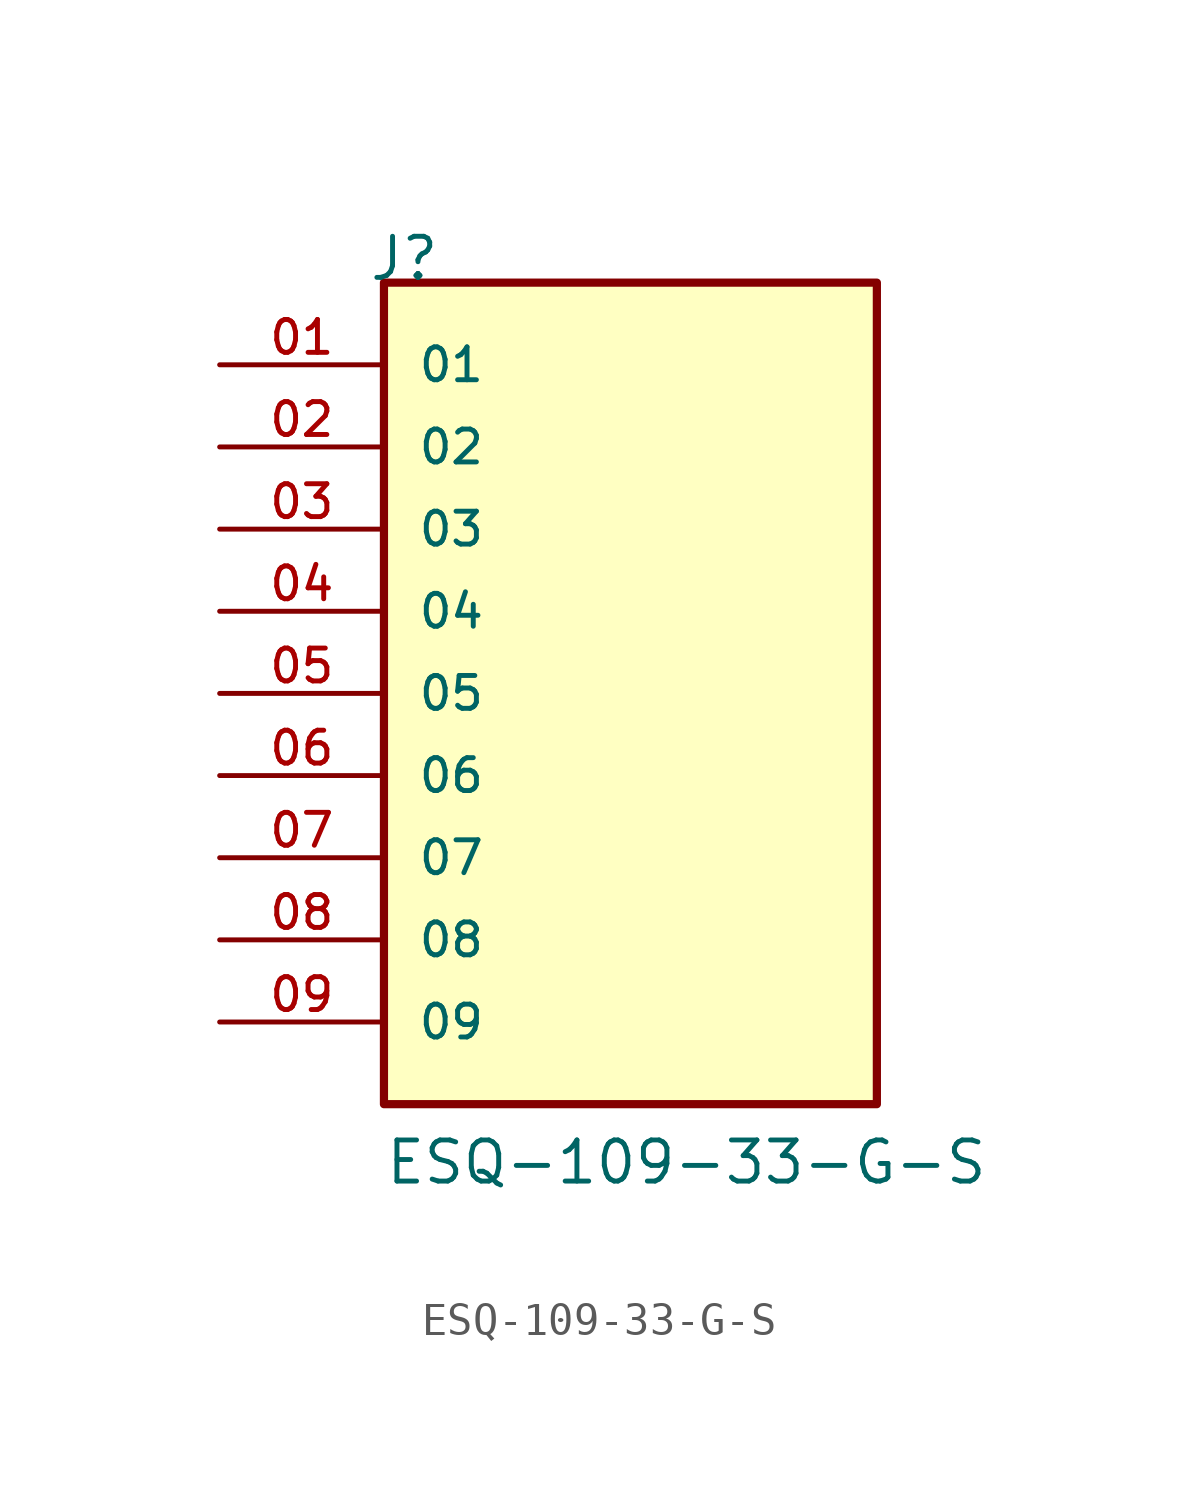
<source format=kicad_sym>
(kicad_symbol_lib
  (version 20211014)
  (generator kicad_symbol_editor)
  (symbol "ESQ-109-33-G-S"
    (pin_names
      (offset 1.016))
    (property "Reference" "J"
      (at -8.12 12.7 0)
      (effects (font (size 1.27 1.27)) (justify bottom left)))
    (property "Value" "ESQ-109-33-G-S"
      (at -7.62 -15.24 0)
      (effects (font (size 1.27 1.27)) (justify bottom left)))
    (symbol "ESQ-109-33-G-S_0_0"
      (rectangle (start -7.62 -12.7) (end 7.62 12.7) (stroke (width 0.254)) (fill (type background)))
      (pin passive line (at -12.7 10.16 0) (length 5.08) (name "01" (effects (font (size 1.016 1.016)))) (number "01" (effects (font (size 1.016 1.016)))))
      (pin passive line (at -12.7 7.62 0) (length 5.08) (name "02" (effects (font (size 1.016 1.016)))) (number "02" (effects (font (size 1.016 1.016)))))
      (pin passive line (at -12.7 5.08 0) (length 5.08) (name "03" (effects (font (size 1.016 1.016)))) (number "03" (effects (font (size 1.016 1.016)))))
      (pin passive line (at -12.7 2.54 0) (length 5.08) (name "04" (effects (font (size 1.016 1.016)))) (number "04" (effects (font (size 1.016 1.016)))))
      (pin passive line (at -12.7 0.0 0) (length 5.08) (name "05" (effects (font (size 1.016 1.016)))) (number "05" (effects (font (size 1.016 1.016)))))
      (pin passive line (at -12.7 -2.54 0) (length 5.08) (name "06" (effects (font (size 1.016 1.016)))) (number "06" (effects (font (size 1.016 1.016)))))
      (pin passive line (at -12.7 -5.08 0) (length 5.08) (name "07" (effects (font (size 1.016 1.016)))) (number "07" (effects (font (size 1.016 1.016)))))
      (pin passive line (at -12.7 -7.62 0) (length 5.08) (name "08" (effects (font (size 1.016 1.016)))) (number "08" (effects (font (size 1.016 1.016)))))
      (pin passive line (at -12.7 -10.16 0) (length 5.08) (name "09" (effects (font (size 1.016 1.016)))) (number "09" (effects (font (size 1.016 1.016))))))))
</source>
